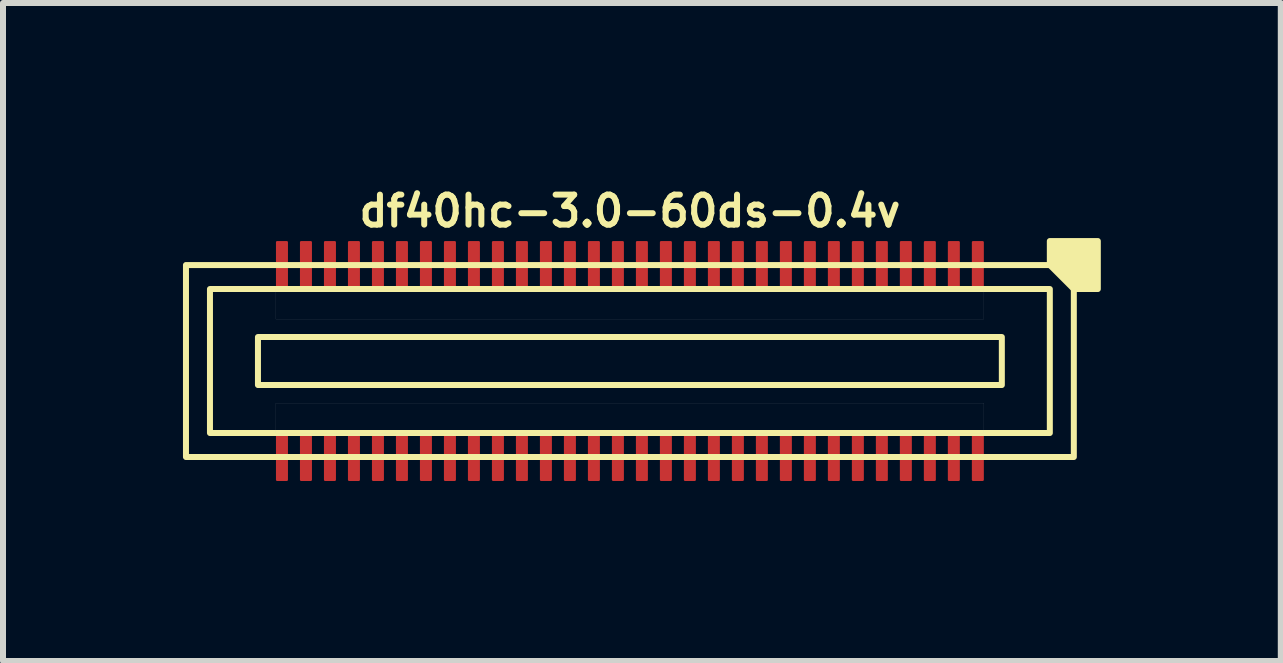
<source format=kicad_pcb>
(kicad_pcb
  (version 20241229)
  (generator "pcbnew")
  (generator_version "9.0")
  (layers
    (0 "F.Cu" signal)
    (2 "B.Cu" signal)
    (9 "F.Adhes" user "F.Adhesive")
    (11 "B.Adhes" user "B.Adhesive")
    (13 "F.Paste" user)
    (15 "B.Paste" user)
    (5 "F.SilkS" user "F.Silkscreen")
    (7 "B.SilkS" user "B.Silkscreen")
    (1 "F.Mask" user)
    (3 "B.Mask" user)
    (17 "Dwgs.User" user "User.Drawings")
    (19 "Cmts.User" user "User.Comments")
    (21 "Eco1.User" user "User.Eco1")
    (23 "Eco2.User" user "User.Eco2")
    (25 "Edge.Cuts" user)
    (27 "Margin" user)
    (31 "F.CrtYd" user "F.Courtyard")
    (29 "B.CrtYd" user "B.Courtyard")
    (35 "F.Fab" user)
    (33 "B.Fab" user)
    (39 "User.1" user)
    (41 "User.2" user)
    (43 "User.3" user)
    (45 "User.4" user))
  (footprint "df40hc-3.0-60ds-0.4v"
    (layer "F.Cu")
    (at 7.45 2.968)
    (property "Reference" "df40hc-3.0-60ds-0.4v" (at 0 -2.5 180) (layer "F.SilkS") (effects (font (size 0.5 0.5) (thickness 0.1))))
    (attr smd)
    (fp_rect (start -6.2 -0.4) (end 6.2 0.4) (stroke (width 0.1) (type default)) (fill no) (layer "F.SilkS"))
    (fp_rect (start 7 -1.2) (end -7 1.2) (stroke (width 0.1) (type default)) (fill no) (layer "F.SilkS"))
    (fp_rect (start 7.4 -1.6) (end -7.4 1.6) (stroke (width 0.1) (type default)) (fill no) (layer "F.SilkS"))
    (fp_poly (pts (xy 7 -1.6) (xy 7 -2) (xy 7.8 -2) (xy 7.8 -1.2) (xy 7.4 -1.2)) (stroke (width 0.1) (type solid)) (fill yes) (layer "F.SilkS"))
    (fp_poly (pts (xy -5.9 -1.2) (xy 5.9 -1.2) (xy 5.9 -0.7) (xy -5.9 -0.7)) (stroke (width 0.001) (type solid)) (fill no) (layer "Dwgs.User"))
    (fp_poly (pts (xy -5.9 0.7) (xy 5.9 0.7) (xy 5.9 1.2) (xy -5.9 1.2)) (stroke (width 0.001) (type solid)) (fill no) (layer "Dwgs.User"))
    (pad "1" smd roundrect (at 5.8 -1.6) (size 0.2 0.8) (layers "F.Cu" "F.Mask" "F.Paste") (roundrect_rratio 0.1))
    (pad "2" smd roundrect (at 5.8 1.6) (size 0.2 0.8) (layers "F.Cu" "F.Mask" "F.Paste") (roundrect_rratio 0.1))
    (pad "3" smd roundrect (at 5.4 -1.6) (size 0.2 0.8) (layers "F.Cu" "F.Mask" "F.Paste") (roundrect_rratio 0.1))
    (pad "4" smd roundrect (at 5.4 1.6) (size 0.2 0.8) (layers "F.Cu" "F.Mask" "F.Paste") (roundrect_rratio 0.1))
    (pad "5" smd roundrect (at 5 -1.6) (size 0.2 0.8) (layers "F.Cu" "F.Mask" "F.Paste") (roundrect_rratio 0.1))
    (pad "6" smd roundrect (at 5 1.6) (size 0.2 0.8) (layers "F.Cu" "F.Mask" "F.Paste") (roundrect_rratio 0.1))
    (pad "7" smd roundrect (at 4.6 -1.6) (size 0.2 0.8) (layers "F.Cu" "F.Mask" "F.Paste") (roundrect_rratio 0.1))
    (pad "8" smd roundrect (at 4.6 1.6) (size 0.2 0.8) (layers "F.Cu" "F.Mask" "F.Paste") (roundrect_rratio 0.1))
    (pad "9" smd roundrect (at 4.2 -1.6) (size 0.2 0.8) (layers "F.Cu" "F.Mask" "F.Paste") (roundrect_rratio 0.1))
    (pad "10" smd roundrect (at 4.2 1.6) (size 0.2 0.8) (layers "F.Cu" "F.Mask" "F.Paste") (roundrect_rratio 0.1))
    (pad "11" smd roundrect (at 3.8 -1.6) (size 0.2 0.8) (layers "F.Cu" "F.Mask" "F.Paste") (roundrect_rratio 0.1))
    (pad "12" smd roundrect (at 3.8 1.6) (size 0.2 0.8) (layers "F.Cu" "F.Mask" "F.Paste") (roundrect_rratio 0.1))
    (pad "13" smd roundrect (at 3.4 -1.6) (size 0.2 0.8) (layers "F.Cu" "F.Mask" "F.Paste") (roundrect_rratio 0.1))
    (pad "14" smd roundrect (at 3.4 1.6) (size 0.2 0.8) (layers "F.Cu" "F.Mask" "F.Paste") (roundrect_rratio 0.1))
    (pad "15" smd roundrect (at 3 -1.6) (size 0.2 0.8) (layers "F.Cu" "F.Mask" "F.Paste") (roundrect_rratio 0.1))
    (pad "16" smd roundrect (at 3 1.6) (size 0.2 0.8) (layers "F.Cu" "F.Mask" "F.Paste") (roundrect_rratio 0.1))
    (pad "17" smd roundrect (at 2.6 -1.6) (size 0.2 0.8) (layers "F.Cu" "F.Mask" "F.Paste") (roundrect_rratio 0.1))
    (pad "18" smd roundrect (at 2.6 1.6) (size 0.2 0.8) (layers "F.Cu" "F.Mask" "F.Paste") (roundrect_rratio 0.1))
    (pad "19" smd roundrect (at 2.2 -1.6) (size 0.2 0.8) (layers "F.Cu" "F.Mask" "F.Paste") (roundrect_rratio 0.1))
    (pad "20" smd roundrect (at 2.2 1.6) (size 0.2 0.8) (layers "F.Cu" "F.Mask" "F.Paste") (roundrect_rratio 0.1))
    (pad "21" smd roundrect (at 1.8 -1.6) (size 0.2 0.8) (layers "F.Cu" "F.Mask" "F.Paste") (roundrect_rratio 0.1))
    (pad "22" smd roundrect (at 1.8 1.6) (size 0.2 0.8) (layers "F.Cu" "F.Mask" "F.Paste") (roundrect_rratio 0.1))
    (pad "23" smd roundrect (at 1.4 -1.6) (size 0.2 0.8) (layers "F.Cu" "F.Mask" "F.Paste") (roundrect_rratio 0.1))
    (pad "24" smd roundrect (at 1.4 1.6) (size 0.2 0.8) (layers "F.Cu" "F.Mask" "F.Paste") (roundrect_rratio 0.1))
    (pad "25" smd roundrect (at 1 -1.6) (size 0.2 0.8) (layers "F.Cu" "F.Mask" "F.Paste") (roundrect_rratio 0.1))
    (pad "26" smd roundrect (at 1 1.6) (size 0.2 0.8) (layers "F.Cu" "F.Mask" "F.Paste") (roundrect_rratio 0.1))
    (pad "27" smd roundrect (at 0.6 -1.6) (size 0.2 0.8) (layers "F.Cu" "F.Mask" "F.Paste") (roundrect_rratio 0.1))
    (pad "28" smd roundrect (at 0.6 1.6) (size 0.2 0.8) (layers "F.Cu" "F.Mask" "F.Paste") (roundrect_rratio 0.1))
    (pad "29" smd roundrect (at 0.2 -1.6) (size 0.2 0.8) (layers "F.Cu" "F.Mask" "F.Paste") (roundrect_rratio 0.1))
    (pad "30" smd roundrect (at 0.2 1.6) (size 0.2 0.8) (layers "F.Cu" "F.Mask" "F.Paste") (roundrect_rratio 0.1))
    (pad "31" smd roundrect (at -0.2 -1.6) (size 0.2 0.8) (layers "F.Cu" "F.Mask" "F.Paste") (roundrect_rratio 0.1))
    (pad "32" smd roundrect (at -0.2 1.6) (size 0.2 0.8) (layers "F.Cu" "F.Mask" "F.Paste") (roundrect_rratio 0.1))
    (pad "33" smd roundrect (at -0.6 -1.6) (size 0.2 0.8) (layers "F.Cu" "F.Mask" "F.Paste") (roundrect_rratio 0.1))
    (pad "34" smd roundrect (at -0.6 1.6) (size 0.2 0.8) (layers "F.Cu" "F.Mask" "F.Paste") (roundrect_rratio 0.1))
    (pad "35" smd roundrect (at -1 -1.6) (size 0.2 0.8) (layers "F.Cu" "F.Mask" "F.Paste") (roundrect_rratio 0.1))
    (pad "36" smd roundrect (at -1 1.6) (size 0.2 0.8) (layers "F.Cu" "F.Mask" "F.Paste") (roundrect_rratio 0.1))
    (pad "37" smd roundrect (at -1.4 -1.6) (size 0.2 0.8) (layers "F.Cu" "F.Mask" "F.Paste") (roundrect_rratio 0.1))
    (pad "38" smd roundrect (at -1.4 1.6) (size 0.2 0.8) (layers "F.Cu" "F.Mask" "F.Paste") (roundrect_rratio 0.1))
    (pad "39" smd roundrect (at -1.8 -1.6) (size 0.2 0.8) (layers "F.Cu" "F.Mask" "F.Paste") (roundrect_rratio 0.1))
    (pad "40" smd roundrect (at -1.8 1.6) (size 0.2 0.8) (layers "F.Cu" "F.Mask" "F.Paste") (roundrect_rratio 0.1))
    (pad "41" smd roundrect (at -2.2 -1.6) (size 0.2 0.8) (layers "F.Cu" "F.Mask" "F.Paste") (roundrect_rratio 0.1))
    (pad "42" smd roundrect (at -2.2 1.6) (size 0.2 0.8) (layers "F.Cu" "F.Mask" "F.Paste") (roundrect_rratio 0.1))
    (pad "43" smd roundrect (at -2.6 -1.6) (size 0.2 0.8) (layers "F.Cu" "F.Mask" "F.Paste") (roundrect_rratio 0.1))
    (pad "44" smd roundrect (at -2.6 1.6) (size 0.2 0.8) (layers "F.Cu" "F.Mask" "F.Paste") (roundrect_rratio 0.1))
    (pad "45" smd roundrect (at -3 -1.6) (size 0.2 0.8) (layers "F.Cu" "F.Mask" "F.Paste") (roundrect_rratio 0.1))
    (pad "46" smd roundrect (at -3 1.6) (size 0.2 0.8) (layers "F.Cu" "F.Mask" "F.Paste") (roundrect_rratio 0.1))
    (pad "47" smd roundrect (at -3.4 -1.6) (size 0.2 0.8) (layers "F.Cu" "F.Mask" "F.Paste") (roundrect_rratio 0.1))
    (pad "48" smd roundrect (at -3.4 1.6) (size 0.2 0.8) (layers "F.Cu" "F.Mask" "F.Paste") (roundrect_rratio 0.1))
    (pad "49" smd roundrect (at -3.8 -1.6) (size 0.2 0.8) (layers "F.Cu" "F.Mask" "F.Paste") (roundrect_rratio 0.1))
    (pad "50" smd roundrect (at -3.8 1.6) (size 0.2 0.8) (layers "F.Cu" "F.Mask" "F.Paste") (roundrect_rratio 0.1))
    (pad "51" smd roundrect (at -4.2 -1.6) (size 0.2 0.8) (layers "F.Cu" "F.Mask" "F.Paste") (roundrect_rratio 0.1))
    (pad "52" smd roundrect (at -4.2 1.6) (size 0.2 0.8) (layers "F.Cu" "F.Mask" "F.Paste") (roundrect_rratio 0.1))
    (pad "53" smd roundrect (at -4.6 -1.6) (size 0.2 0.8) (layers "F.Cu" "F.Mask" "F.Paste") (roundrect_rratio 0.1))
    (pad "54" smd roundrect (at -4.6 1.6) (size 0.2 0.8) (layers "F.Cu" "F.Mask" "F.Paste") (roundrect_rratio 0.1))
    (pad "55" smd roundrect (at -5 -1.6) (size 0.2 0.8) (layers "F.Cu" "F.Mask" "F.Paste") (roundrect_rratio 0.1))
    (pad "56" smd roundrect (at -5 1.6) (size 0.2 0.8) (layers "F.Cu" "F.Mask" "F.Paste") (roundrect_rratio 0.1))
    (pad "57" smd roundrect (at -5.4 -1.6) (size 0.2 0.8) (layers "F.Cu" "F.Mask" "F.Paste") (roundrect_rratio 0.1))
    (pad "58" smd roundrect (at -5.4 1.6) (size 0.2 0.8) (layers "F.Cu" "F.Mask" "F.Paste") (roundrect_rratio 0.1))
    (pad "59" smd roundrect (at -5.8 -1.6) (size 0.2 0.8) (layers "F.Cu" "F.Mask" "F.Paste") (roundrect_rratio 0.1))
    (pad "60" smd roundrect (at -5.8 1.6) (size 0.2 0.8) (layers "F.Cu" "F.Mask" "F.Paste") (roundrect_rratio 0.1)))
  (gr_rect
    (start -3 -3)
    (end 18.3 7.968)
    (stroke (width 0.1) (type default))
    (fill no)
    (layer "Edge.Cuts")))
</source>
